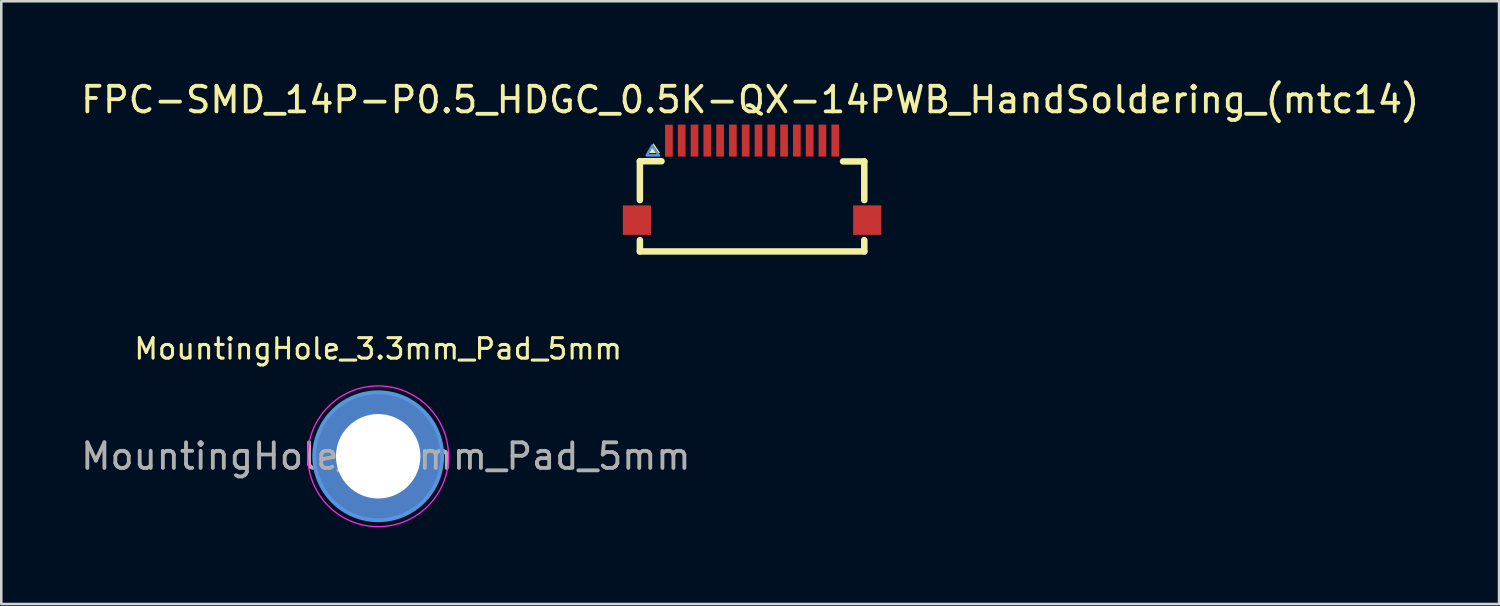
<source format=kicad_pcb>
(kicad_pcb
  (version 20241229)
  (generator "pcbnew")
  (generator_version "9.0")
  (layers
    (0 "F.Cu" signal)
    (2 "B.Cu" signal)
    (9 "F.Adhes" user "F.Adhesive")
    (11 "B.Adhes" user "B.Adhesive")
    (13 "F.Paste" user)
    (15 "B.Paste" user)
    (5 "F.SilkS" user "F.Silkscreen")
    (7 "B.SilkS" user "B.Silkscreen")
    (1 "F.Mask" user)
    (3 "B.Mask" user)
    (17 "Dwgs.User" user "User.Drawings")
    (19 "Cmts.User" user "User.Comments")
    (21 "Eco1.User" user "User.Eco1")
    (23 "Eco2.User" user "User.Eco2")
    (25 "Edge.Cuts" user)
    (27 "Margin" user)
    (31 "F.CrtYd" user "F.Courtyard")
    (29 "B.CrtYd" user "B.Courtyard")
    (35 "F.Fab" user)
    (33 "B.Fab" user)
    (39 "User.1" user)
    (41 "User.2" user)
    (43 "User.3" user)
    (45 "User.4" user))
  (footprint "FPC-SMD_14P-P0.5_HDGC_0.5K-QX-14PWB_HandSoldering_(mtc14)"
    (layer "F.Cu")
    (at 26.343 4.148)
    (property "Reference" "FPC-SMD_14P-P0.5_HDGC_0.5K-QX-14PWB_HandSoldering_(mtc14)" (at -0.075 -3.3 0) (layer "F.SilkS") (effects (font (size 1 1) (thickness 0.15))))
    (attr smd)
    (fp_line (start -4.385 -0.897) (end -3.54 -0.897) (stroke (width 0.254) (type solid)) (layer "F.SilkS"))
    (fp_line (start -4.385 0.622) (end -4.385 -0.897) (stroke (width 0.254) (type solid)) (layer "F.SilkS"))
    (fp_line (start -4.385 2.628) (end -4.385 2.188) (stroke (width 0.254) (type solid)) (layer "F.SilkS"))
    (fp_line (start 4.385 -0.889) (end 3.556 -0.889) (stroke (width 0.254) (type solid)) (layer "F.SilkS"))
    (fp_line (start 4.385 0.622) (end 4.385 -0.889) (stroke (width 0.254) (type solid)) (layer "F.SilkS"))
    (fp_line (start 4.385 2.628) (end -4.385 2.628) (stroke (width 0.254) (type solid)) (layer "F.SilkS"))
    (fp_line (start 4.385 2.628) (end 4.385 2.188) (stroke (width 0.254) (type solid)) (layer "F.SilkS"))
    (fp_poly (pts (xy -4.068 -1.215) (xy -3.85 -1.596) (xy -3.596 -1.215) (xy -4.068 -1.215)) (stroke (width 0) (type solid)) (fill yes) (layer "F.SilkS"))
    (fp_poly (pts (xy -4.119 -1.126) (xy -3.901 -1.507) (xy -3.647 -1.126) (xy -4.119 -1.126)) (stroke (width 0.1) (type solid)) (fill no) (layer "Cmts.User"))
    (pad "1" smd rect (at -3.25 -1.7) (size 0.3 1.25) (layers "F.Cu" "F.Mask" "F.Paste"))
    (pad "2" smd rect (at -2.75 -1.705) (size 0.3 1.25) (layers "F.Cu" "F.Mask" "F.Paste"))
    (pad "3" smd rect (at -2.25 -1.705) (size 0.3 1.25) (layers "F.Cu" "F.Mask" "F.Paste"))
    (pad "4" smd rect (at -1.75 -1.705) (size 0.3 1.25) (layers "F.Cu" "F.Mask" "F.Paste"))
    (pad "5" smd rect (at -1.25 -1.705) (size 0.3 1.25) (layers "F.Cu" "F.Mask" "F.Paste"))
    (pad "6" smd rect (at -0.75 -1.705) (size 0.3 1.25) (layers "F.Cu" "F.Mask" "F.Paste"))
    (pad "7" smd rect (at -0.25 -1.705) (size 0.3 1.25) (layers "F.Cu" "F.Mask" "F.Paste"))
    (pad "8" smd rect (at 0.25 -1.705) (size 0.3 1.25) (layers "F.Cu" "F.Mask" "F.Paste"))
    (pad "9" smd rect (at 0.75 -1.705) (size 0.3 1.25) (layers "F.Cu" "F.Mask" "F.Paste"))
    (pad "10" smd rect (at 1.25 -1.705) (size 0.3 1.25) (layers "F.Cu" "F.Mask" "F.Paste"))
    (pad "11" smd rect (at 1.75 -1.705) (size 0.3 1.25) (layers "F.Cu" "F.Mask" "F.Paste"))
    (pad "12" smd rect (at 2.25 -1.705) (size 0.3 1.25) (layers "F.Cu" "F.Mask" "F.Paste"))
    (pad "13" smd rect (at 2.75 -1.705) (size 0.3 1.25) (layers "F.Cu" "F.Mask" "F.Paste"))
    (pad "14" smd rect (at 3.25 -1.705) (size 0.3 1.25) (layers "F.Cu" "F.Mask" "F.Paste"))
    (pad "15" smd rect (at 4.5 1.405) (size 1.1 1.15) (layers "F.Cu" "F.Mask" "F.Paste"))
    (pad "16" smd rect (at -4.5 1.405) (size 1.1 1.15) (layers "F.Cu" "F.Mask" "F.Paste")))
  (footprint "MountingHole_3.3mm_Pad_5mm"
    (layer "F.Cu")
    (at 11.73 14.782)
    (property "Reference" "MountingHole_3.3mm_Pad_5mm" (at 0 -4.2 0) (layer "F.SilkS") (effects (font (size 0.8 0.8) (thickness 0.12))))
    (attr exclude_from_pos_files exclude_from_bom)
    (fp_circle (center 0 0) (end 2.5 0) (stroke (width 0.15) (type solid)) (fill no) (layer "Cmts.User"))
    (fp_circle (center 0 0) (end 2.75 0) (stroke (width 0.05) (type solid)) (fill no) (layer "F.CrtYd"))
    (fp_text user "${REFERENCE}" (at 0.3 0 0) (layer "F.Fab") (effects (font (size 1 1) (thickness 0.15))))
    (pad "1" thru_hole circle (at 0 0) (size 5 5) (drill 3.3) (layers "*.Cu" "*.Mask")))
  (gr_rect
    (start -3 -3)
    (end 55.536 20.557)
    (stroke (width 0.1) (type default))
    (fill no)
    (layer "Edge.Cuts")))
</source>
